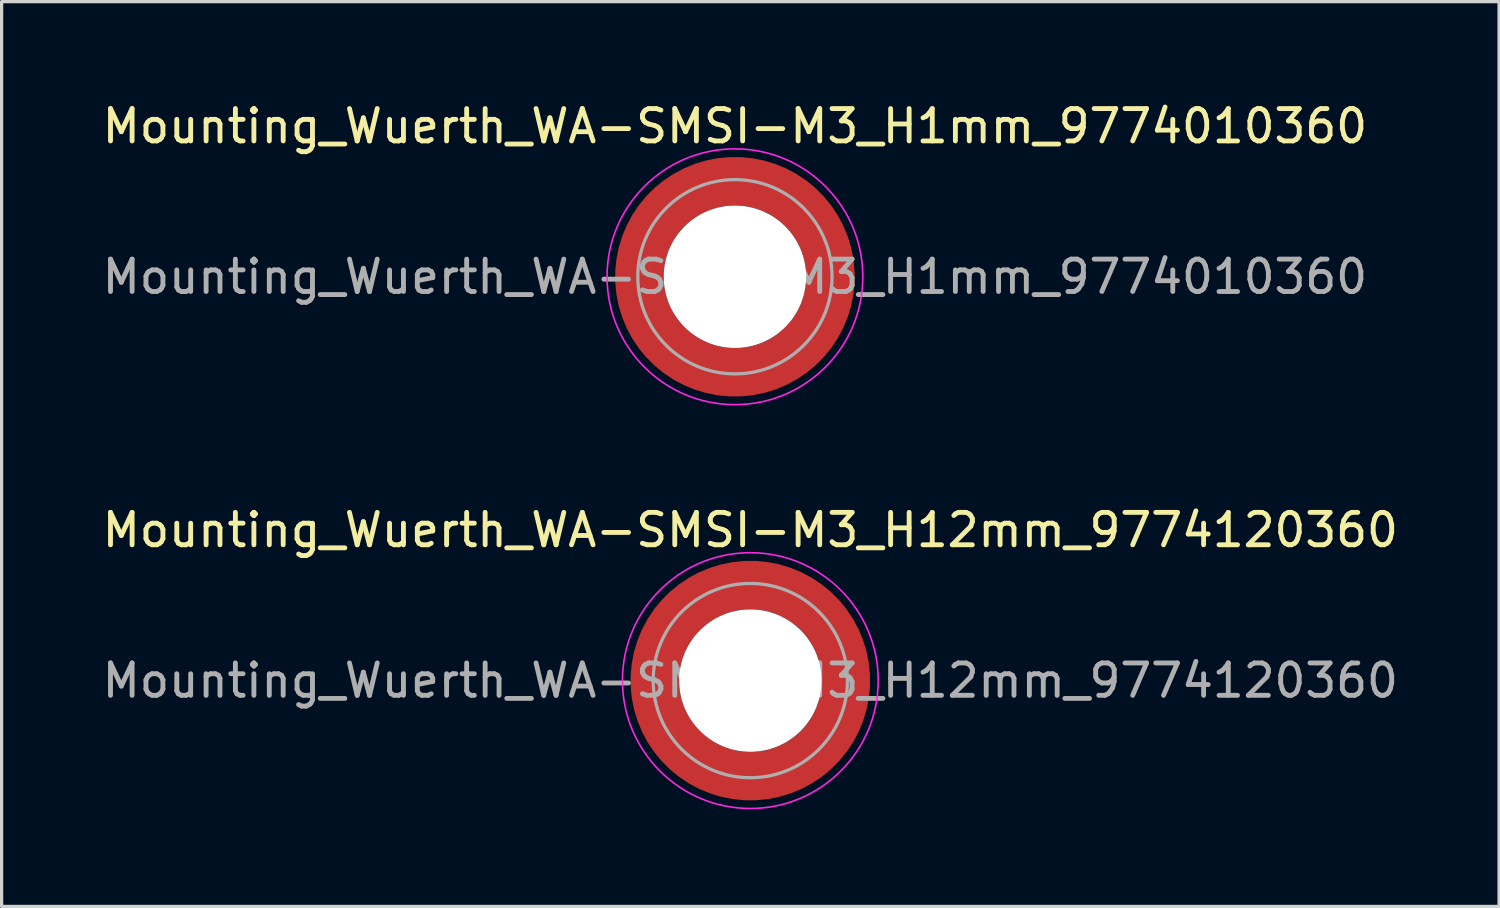
<source format=kicad_pcb>
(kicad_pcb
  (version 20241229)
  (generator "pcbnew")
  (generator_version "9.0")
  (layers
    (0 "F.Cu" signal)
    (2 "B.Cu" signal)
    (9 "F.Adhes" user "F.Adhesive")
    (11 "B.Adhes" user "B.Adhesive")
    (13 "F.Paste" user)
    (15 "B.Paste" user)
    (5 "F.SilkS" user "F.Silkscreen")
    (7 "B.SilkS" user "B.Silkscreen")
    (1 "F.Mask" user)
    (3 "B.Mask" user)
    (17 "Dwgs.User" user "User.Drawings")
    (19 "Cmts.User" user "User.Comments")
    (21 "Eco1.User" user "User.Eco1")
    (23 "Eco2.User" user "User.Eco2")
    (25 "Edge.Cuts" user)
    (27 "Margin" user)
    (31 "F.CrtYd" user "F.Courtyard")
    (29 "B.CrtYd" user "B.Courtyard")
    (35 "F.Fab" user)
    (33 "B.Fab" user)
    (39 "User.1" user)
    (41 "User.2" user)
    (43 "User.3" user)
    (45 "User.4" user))
  (footprint "Mounting_Wuerth_WA-SMSI-M3_H1mm_9774010360"
    (layer "F.Cu")
    (at 19.649 5.498)
    (property "Reference" "Mounting_Wuerth_WA-SMSI-M3_H1mm_9774010360" (at 0 -4.65 0) (layer "F.SilkS") (effects (font (size 1 1) (thickness 0.15))))
    (attr smd allow_soldermask_bridges)
    (fp_circle (center 0 0) (end 3.95 0) (stroke (width 0.05) (type solid)) (fill no) (layer "F.CrtYd"))
    (fp_circle (center 0 0) (end 3 0) (stroke (width 0.1) (type solid)) (fill no) (layer "F.Fab"))
    (fp_text user "${REFERENCE}" (at 0 0 0) (layer "F.Fab") (effects (font (size 1 1) (thickness 0.15))))
    (pad "" smd custom (at -2.058 -2.058) (size 0.55 0.55) (layers "F.Paste") (options (anchor circle)) (primitives (gr_arc (start -0.377294 1.707681) (mid 0.318198 0.318198) (end 1.707681 -0.377294) (width 0.2)) (gr_arc (start -0.478281 1.707681) (mid 0.247487 0.247487) (end 1.707681 -0.478281) (width 0.2)) (gr_arc (start -0.579192 1.707681) (mid 0.176777 0.176777) (end 1.707681 -0.579192) (width 0.2)) (gr_arc (start -0.680037 1.707681) (mid 0.106066 0.106066) (end 1.707681 -0.680037) (width 0.2)) (gr_arc (start -0.780822 1.707681) (mid 0.035355 0.035355) (end 1.707681 -0.780822) (width 0.2)) (gr_arc (start -0.881554 1.707681) (mid -0.035355 -0.035355) (end 1.707681 -0.881554) (width 0.2)) (gr_arc (start -0.982237 1.707681) (mid -0.106066 -0.106066) (end 1.707681 -0.982237) (width 0.2)) (gr_arc (start -1.082877 1.707681) (mid -0.176777 -0.176777) (end 1.707681 -1.082877) (width 0.2)) (gr_arc (start -1.183476 1.707681) (mid -0.247487 -0.247487) (end 1.707681 -1.183476) (width 0.2)) (gr_arc (start -1.28404 1.707681) (mid -0.318198 -0.318198) (end 1.707681 -1.28404) (width 0.2)) (gr_line (start 1.708 -0.377) (end 1.708 -1.284) (width 0.2)) (gr_line (start -0.377 1.708) (end -1.284 1.708) (width 0.2))))
    (pad "" smd custom (at -2.058 2.058) (size 0.55 0.55) (layers "F.Paste") (options (anchor circle)) (primitives (gr_arc (start 1.707681 0.377294) (mid 0.318198 -0.318198) (end -0.377294 -1.707681) (width 0.2)) (gr_arc (start 1.707681 0.478281) (mid 0.247487 -0.247487) (end -0.478281 -1.707681) (width 0.2)) (gr_arc (start 1.707681 0.579192) (mid 0.176777 -0.176777) (end -0.579192 -1.707681) (width 0.2)) (gr_arc (start 1.707681 0.680037) (mid 0.106066 -0.106066) (end -0.680037 -1.707681) (width 0.2)) (gr_arc (start 1.707681 0.780822) (mid 0.035355 -0.035355) (end -0.780822 -1.707681) (width 0.2)) (gr_arc (start 1.707681 0.881554) (mid -0.035355 0.035355) (end -0.881554 -1.707681) (width 0.2)) (gr_arc (start 1.707681 0.982237) (mid -0.106066 0.106066) (end -0.982237 -1.707681) (width 0.2)) (gr_arc (start 1.707681 1.082877) (mid -0.176777 0.176777) (end -1.082877 -1.707681) (width 0.2)) (gr_arc (start 1.707681 1.183476) (mid -0.247487 0.247487) (end -1.183476 -1.707681) (width 0.2)) (gr_arc (start 1.707681 1.28404) (mid -0.318198 0.318198) (end -1.28404 -1.707681) (width 0.2)) (gr_line (start -0.377 -1.708) (end -1.284 -1.708) (width 0.2)) (gr_line (start 1.708 0.377) (end 1.708 1.284) (width 0.2))))
    (pad "" np_thru_hole circle (at 0 0) (size 4.4 4.4) (drill 4.4) (layers "*.Cu" "*.Mask"))
    (pad "" smd custom (at 2.058 -2.058) (size 0.55 0.55) (layers "F.Paste") (options (anchor circle)) (primitives (gr_arc (start -1.707681 -0.377294) (mid -0.318198 0.318198) (end 0.377294 1.707681) (width 0.2)) (gr_arc (start -1.707681 -0.478281) (mid -0.247487 0.247487) (end 0.478281 1.707681) (width 0.2)) (gr_arc (start -1.707681 -0.579192) (mid -0.176777 0.176777) (end 0.579192 1.707681) (width 0.2)) (gr_arc (start -1.707681 -0.680037) (mid -0.106066 0.106066) (end 0.680037 1.707681) (width 0.2)) (gr_arc (start -1.707681 -0.780822) (mid -0.035355 0.035355) (end 0.780822 1.707681) (width 0.2)) (gr_arc (start -1.707681 -0.881554) (mid 0.035355 -0.035355) (end 0.881554 1.707681) (width 0.2)) (gr_arc (start -1.707681 -0.982237) (mid 0.106066 -0.106066) (end 0.982237 1.707681) (width 0.2)) (gr_arc (start -1.707681 -1.082877) (mid 0.176777 -0.176777) (end 1.082877 1.707681) (width 0.2)) (gr_arc (start -1.707681 -1.183476) (mid 0.247487 -0.247487) (end 1.183476 1.707681) (width 0.2)) (gr_arc (start -1.707681 -1.28404) (mid 0.318198 -0.318198) (end 1.28404 1.707681) (width 0.2)) (gr_line (start 0.377 1.708) (end 1.284 1.708) (width 0.2)) (gr_line (start -1.708 -0.377) (end -1.708 -1.284) (width 0.2))))
    (pad "" smd custom (at 2.058 2.058) (size 0.55 0.55) (layers "F.Paste") (options (anchor circle)) (primitives (gr_arc (start 0.377294 -1.707681) (mid -0.318198 -0.318198) (end -1.707681 0.377294) (width 0.2)) (gr_arc (start 0.478281 -1.707681) (mid -0.247487 -0.247487) (end -1.707681 0.478281) (width 0.2)) (gr_arc (start 0.579192 -1.707681) (mid -0.176777 -0.176777) (end -1.707681 0.579192) (width 0.2)) (gr_arc (start 0.680037 -1.707681) (mid -0.106066 -0.106066) (end -1.707681 0.680037) (width 0.2)) (gr_arc (start 0.780822 -1.707681) (mid -0.035355 -0.035355) (end -1.707681 0.780822) (width 0.2)) (gr_arc (start 0.881554 -1.707681) (mid 0.035355 0.035355) (end -1.707681 0.881554) (width 0.2)) (gr_arc (start 0.982237 -1.707681) (mid 0.106066 0.106066) (end -1.707681 0.982237) (width 0.2)) (gr_arc (start 1.082877 -1.707681) (mid 0.176777 0.176777) (end -1.707681 1.082877) (width 0.2)) (gr_arc (start 1.183476 -1.707681) (mid 0.247487 0.247487) (end -1.707681 1.183476) (width 0.2)) (gr_arc (start 1.28404 -1.707681) (mid 0.318198 0.318198) (end -1.707681 1.28404) (width 0.2)) (gr_line (start -1.708 0.377) (end -1.708 1.284) (width 0.2)) (gr_line (start 0.377 -1.708) (end 1.284 -1.708) (width 0.2))))
    (pad "1" smd circle (at -2.95 0) (size 0.992 0.992) (layers "F.Cu"))
    (pad "1" smd circle (at 0 -2.95) (size 0.992 0.992) (layers "F.Cu"))
    (pad "1" smd circle (at 0 2.95) (size 0.992 0.992) (layers "F.Cu"))
    (pad "1" smd custom (at 2.95 0) (size 1.5 1.5) (layers "F.Cu" "F.Mask") (options (anchor circle)) (primitives (gr_circle (center -2.95 0) (end 0 0) (width 1.5) (fill no)))))
  (footprint "Mounting_Wuerth_WA-SMSI-M3_H12mm_9774120360"
    (layer "F.Cu")
    (at 20.125 17.971)
    (property "Reference" "Mounting_Wuerth_WA-SMSI-M3_H12mm_9774120360" (at 0 -4.65 0) (layer "F.SilkS") (effects (font (size 1 1) (thickness 0.15))))
    (attr smd allow_soldermask_bridges)
    (fp_circle (center 0 0) (end 3.95 0) (stroke (width 0.05) (type solid)) (fill no) (layer "F.CrtYd"))
    (fp_circle (center 0 0) (end 3 0) (stroke (width 0.1) (type solid)) (fill no) (layer "F.Fab"))
    (fp_text user "${REFERENCE}" (at 0 0 0) (layer "F.Fab") (effects (font (size 1 1) (thickness 0.15))))
    (pad "" smd custom (at -2.058 -2.058) (size 0.55 0.55) (layers "F.Paste") (options (anchor circle)) (primitives (gr_arc (start -0.377294 1.707681) (mid 0.318198 0.318198) (end 1.707681 -0.377294) (width 0.2)) (gr_arc (start -0.478281 1.707681) (mid 0.247487 0.247487) (end 1.707681 -0.478281) (width 0.2)) (gr_arc (start -0.579192 1.707681) (mid 0.176777 0.176777) (end 1.707681 -0.579192) (width 0.2)) (gr_arc (start -0.680037 1.707681) (mid 0.106066 0.106066) (end 1.707681 -0.680037) (width 0.2)) (gr_arc (start -0.780822 1.707681) (mid 0.035355 0.035355) (end 1.707681 -0.780822) (width 0.2)) (gr_arc (start -0.881554 1.707681) (mid -0.035355 -0.035355) (end 1.707681 -0.881554) (width 0.2)) (gr_arc (start -0.982237 1.707681) (mid -0.106066 -0.106066) (end 1.707681 -0.982237) (width 0.2)) (gr_arc (start -1.082877 1.707681) (mid -0.176777 -0.176777) (end 1.707681 -1.082877) (width 0.2)) (gr_arc (start -1.183476 1.707681) (mid -0.247487 -0.247487) (end 1.707681 -1.183476) (width 0.2)) (gr_arc (start -1.28404 1.707681) (mid -0.318198 -0.318198) (end 1.707681 -1.28404) (width 0.2)) (gr_line (start 1.708 -0.377) (end 1.708 -1.284) (width 0.2)) (gr_line (start -0.377 1.708) (end -1.284 1.708) (width 0.2))))
    (pad "" smd custom (at -2.058 2.058) (size 0.55 0.55) (layers "F.Paste") (options (anchor circle)) (primitives (gr_arc (start 1.707681 0.377294) (mid 0.318198 -0.318198) (end -0.377294 -1.707681) (width 0.2)) (gr_arc (start 1.707681 0.478281) (mid 0.247487 -0.247487) (end -0.478281 -1.707681) (width 0.2)) (gr_arc (start 1.707681 0.579192) (mid 0.176777 -0.176777) (end -0.579192 -1.707681) (width 0.2)) (gr_arc (start 1.707681 0.680037) (mid 0.106066 -0.106066) (end -0.680037 -1.707681) (width 0.2)) (gr_arc (start 1.707681 0.780822) (mid 0.035355 -0.035355) (end -0.780822 -1.707681) (width 0.2)) (gr_arc (start 1.707681 0.881554) (mid -0.035355 0.035355) (end -0.881554 -1.707681) (width 0.2)) (gr_arc (start 1.707681 0.982237) (mid -0.106066 0.106066) (end -0.982237 -1.707681) (width 0.2)) (gr_arc (start 1.707681 1.082877) (mid -0.176777 0.176777) (end -1.082877 -1.707681) (width 0.2)) (gr_arc (start 1.707681 1.183476) (mid -0.247487 0.247487) (end -1.183476 -1.707681) (width 0.2)) (gr_arc (start 1.707681 1.28404) (mid -0.318198 0.318198) (end -1.28404 -1.707681) (width 0.2)) (gr_line (start -0.377 -1.708) (end -1.284 -1.708) (width 0.2)) (gr_line (start 1.708 0.377) (end 1.708 1.284) (width 0.2))))
    (pad "" np_thru_hole circle (at 0 0) (size 4.4 4.4) (drill 4.4) (layers "*.Cu" "*.Mask"))
    (pad "" smd custom (at 2.058 -2.058) (size 0.55 0.55) (layers "F.Paste") (options (anchor circle)) (primitives (gr_arc (start -1.707681 -0.377294) (mid -0.318198 0.318198) (end 0.377294 1.707681) (width 0.2)) (gr_arc (start -1.707681 -0.478281) (mid -0.247487 0.247487) (end 0.478281 1.707681) (width 0.2)) (gr_arc (start -1.707681 -0.579192) (mid -0.176777 0.176777) (end 0.579192 1.707681) (width 0.2)) (gr_arc (start -1.707681 -0.680037) (mid -0.106066 0.106066) (end 0.680037 1.707681) (width 0.2)) (gr_arc (start -1.707681 -0.780822) (mid -0.035355 0.035355) (end 0.780822 1.707681) (width 0.2)) (gr_arc (start -1.707681 -0.881554) (mid 0.035355 -0.035355) (end 0.881554 1.707681) (width 0.2)) (gr_arc (start -1.707681 -0.982237) (mid 0.106066 -0.106066) (end 0.982237 1.707681) (width 0.2)) (gr_arc (start -1.707681 -1.082877) (mid 0.176777 -0.176777) (end 1.082877 1.707681) (width 0.2)) (gr_arc (start -1.707681 -1.183476) (mid 0.247487 -0.247487) (end 1.183476 1.707681) (width 0.2)) (gr_arc (start -1.707681 -1.28404) (mid 0.318198 -0.318198) (end 1.28404 1.707681) (width 0.2)) (gr_line (start 0.377 1.708) (end 1.284 1.708) (width 0.2)) (gr_line (start -1.708 -0.377) (end -1.708 -1.284) (width 0.2))))
    (pad "" smd custom (at 2.058 2.058) (size 0.55 0.55) (layers "F.Paste") (options (anchor circle)) (primitives (gr_arc (start 0.377294 -1.707681) (mid -0.318198 -0.318198) (end -1.707681 0.377294) (width 0.2)) (gr_arc (start 0.478281 -1.707681) (mid -0.247487 -0.247487) (end -1.707681 0.478281) (width 0.2)) (gr_arc (start 0.579192 -1.707681) (mid -0.176777 -0.176777) (end -1.707681 0.579192) (width 0.2)) (gr_arc (start 0.680037 -1.707681) (mid -0.106066 -0.106066) (end -1.707681 0.680037) (width 0.2)) (gr_arc (start 0.780822 -1.707681) (mid -0.035355 -0.035355) (end -1.707681 0.780822) (width 0.2)) (gr_arc (start 0.881554 -1.707681) (mid 0.035355 0.035355) (end -1.707681 0.881554) (width 0.2)) (gr_arc (start 0.982237 -1.707681) (mid 0.106066 0.106066) (end -1.707681 0.982237) (width 0.2)) (gr_arc (start 1.082877 -1.707681) (mid 0.176777 0.176777) (end -1.707681 1.082877) (width 0.2)) (gr_arc (start 1.183476 -1.707681) (mid 0.247487 0.247487) (end -1.707681 1.183476) (width 0.2)) (gr_arc (start 1.28404 -1.707681) (mid 0.318198 0.318198) (end -1.707681 1.28404) (width 0.2)) (gr_line (start -1.708 0.377) (end -1.708 1.284) (width 0.2)) (gr_line (start 0.377 -1.708) (end 1.284 -1.708) (width 0.2))))
    (pad "1" smd circle (at -2.95 0) (size 0.992 0.992) (layers "F.Cu"))
    (pad "1" smd circle (at 0 -2.95) (size 0.992 0.992) (layers "F.Cu"))
    (pad "1" smd circle (at 0 2.95) (size 0.992 0.992) (layers "F.Cu"))
    (pad "1" smd custom (at 2.95 0) (size 1.5 1.5) (layers "F.Cu" "F.Mask") (options (anchor circle)) (primitives (gr_circle (center -2.95 0) (end 0 0) (width 1.5) (fill no)))))
  (gr_rect
    (start -3 -3)
    (end 43.25 24.947)
    (stroke (width 0.1) (type default))
    (fill no)
    (layer "Edge.Cuts")))
</source>
